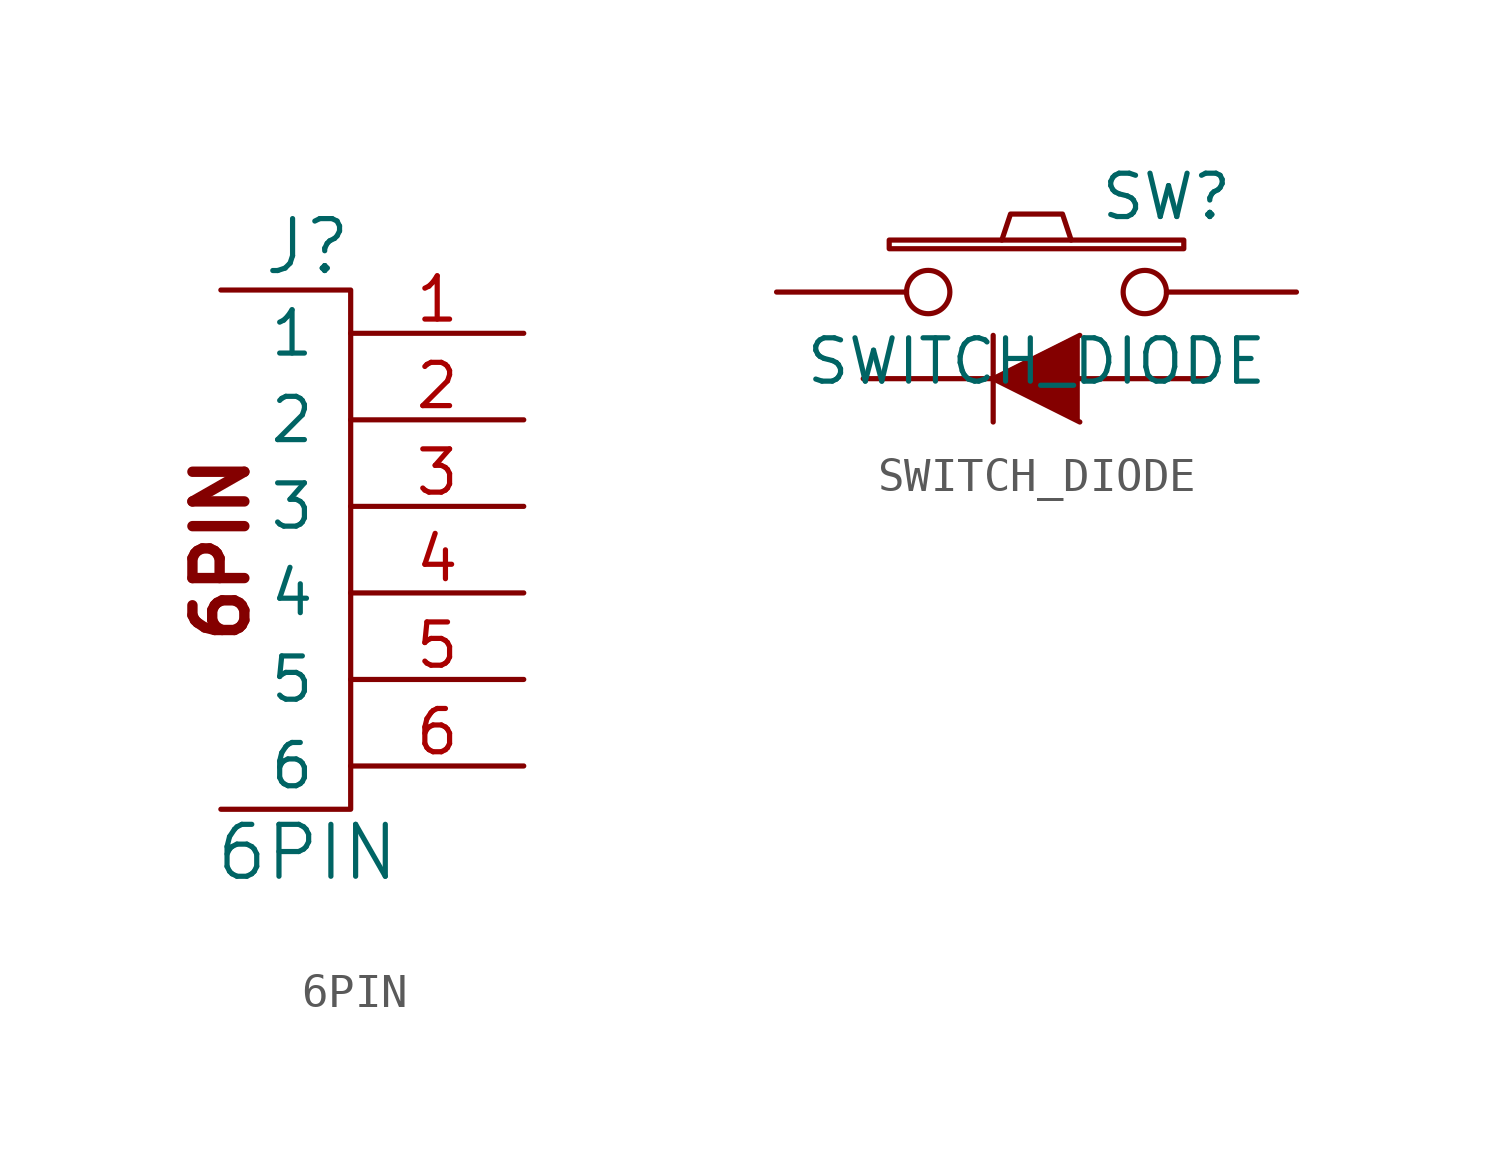
<source format=kicad_sym>
(kicad_symbol_lib
  (version 20220914)
  (generator kicad_symbol_editor)
  (symbol "6PIN"
    (pin_names
      (offset 1.016))
    (property "Reference" "J"
      (at -1.27 8.89 0)
      (effects (font (size 1.524 1.524))))
    (property "Value" "6PIN"
      (at -1.27 -8.89 0)
      (effects (font (size 1.524 1.524))))
    (symbol "6PIN_0_0"
      (polyline (pts (xy -3.81 7.62) (xy 0 7.62) (xy 0 -7.62) (xy -3.81 -7.62)) (stroke (width 0) (type solid)) (fill (type none)))
      (text "6PIN" (at -3.81 0 900) (effects (font (size 1.524 1.524) bold))))
    (symbol "6PIN_1_1"
      (pin input line (at 5.08 6.35 180) (length 5.08) (name "1" (effects (font (size 1.27 1.27)))) (number "1" (effects (font (size 1.27 1.27)))))
      (pin power_in line (at 5.08 3.81 180) (length 5.08) (name "2" (effects (font (size 1.27 1.27)))) (number "2" (effects (font (size 1.27 1.27)))))
      (pin output line (at 5.08 1.27 180) (length 5.08) (name "3" (effects (font (size 1.27 1.27)))) (number "3" (effects (font (size 1.27 1.27)))))
      (pin power_in line (at 5.08 -1.27 180) (length 5.08) (name "4" (effects (font (size 1.27 1.27)))) (number "4" (effects (font (size 1.27 1.27)))))
      (pin input line (at 5.08 -3.81 180) (length 5.08) (name "5" (effects (font (size 1.27 1.27)))) (number "5" (effects (font (size 1.27 1.27)))))
      (pin input line (at 5.08 -6.35 180) (length 5.08) (name "6" (effects (font (size 1.27 1.27)))) (number "6" (effects (font (size 1.27 1.27)))))))
  (symbol "SWITCH_DIODE"
    (pin_numbers hide)
    (pin_names
      (offset 1.016) hide)
    (property "Reference" "SW"
      (at 3.81 2.794 0)
      (effects (font (size 1.27 1.27))))
    (property "Value" "SWITCH_DIODE"
      (at 0 -2.032 0)
      (effects (font (size 1.27 1.27))))
    (symbol "SWITCH_DIODE_0_1"
      (rectangle (start -4.318 1.27) (end 4.318 1.524) (stroke (width 0) (type solid)) (fill (type none)))
      (polyline (pts (xy -1.27 -1.27) (xy -1.27 -3.81)) (stroke (width 0) (type solid)) (fill (type none)))
      (polyline (pts (xy 1.27 -1.27) (xy -1.27 -2.54) (xy 1.27 -3.81)) (stroke (width 0) (type solid)) (fill (type outline)))
      (polyline (pts (xy -1.016 1.524) (xy -0.762 2.286) (xy 0.762 2.286) (xy 1.016 1.524)) (stroke (width 0) (type solid)) (fill (type none)))
      (pin passive inverted (at -7.62 0 0) (length 5.08) (name "1" (effects (font (size 1.524 1.524)))) (number "1" (effects (font (size 1.524 1.524)))))
      (pin passive inverted (at 7.62 0 180) (length 5.08) (name "2" (effects (font (size 1.524 1.524)))) (number "2" (effects (font (size 1.524 1.524))))))
    (symbol "SWITCH_DIODE_1_1"
      (pin power_in line (at 0 0 90) (length 0) hide (name "GND" (effects (font (size 1.27 1.27)))) (number "0" (effects (font (size 1.27 1.27)))))
      (pin passive line (at 5.08 -2.54 180) (length 3.81) (name "A" (effects (font (size 1.016 1.016)))) (number "3" (effects (font (size 1.016 1.016)))))
      (pin passive line (at -5.08 -2.54 0) (length 3.81) (name "K" (effects (font (size 1.016 1.016)))) (number "4" (effects (font (size 1.016 1.016))))))))
</source>
